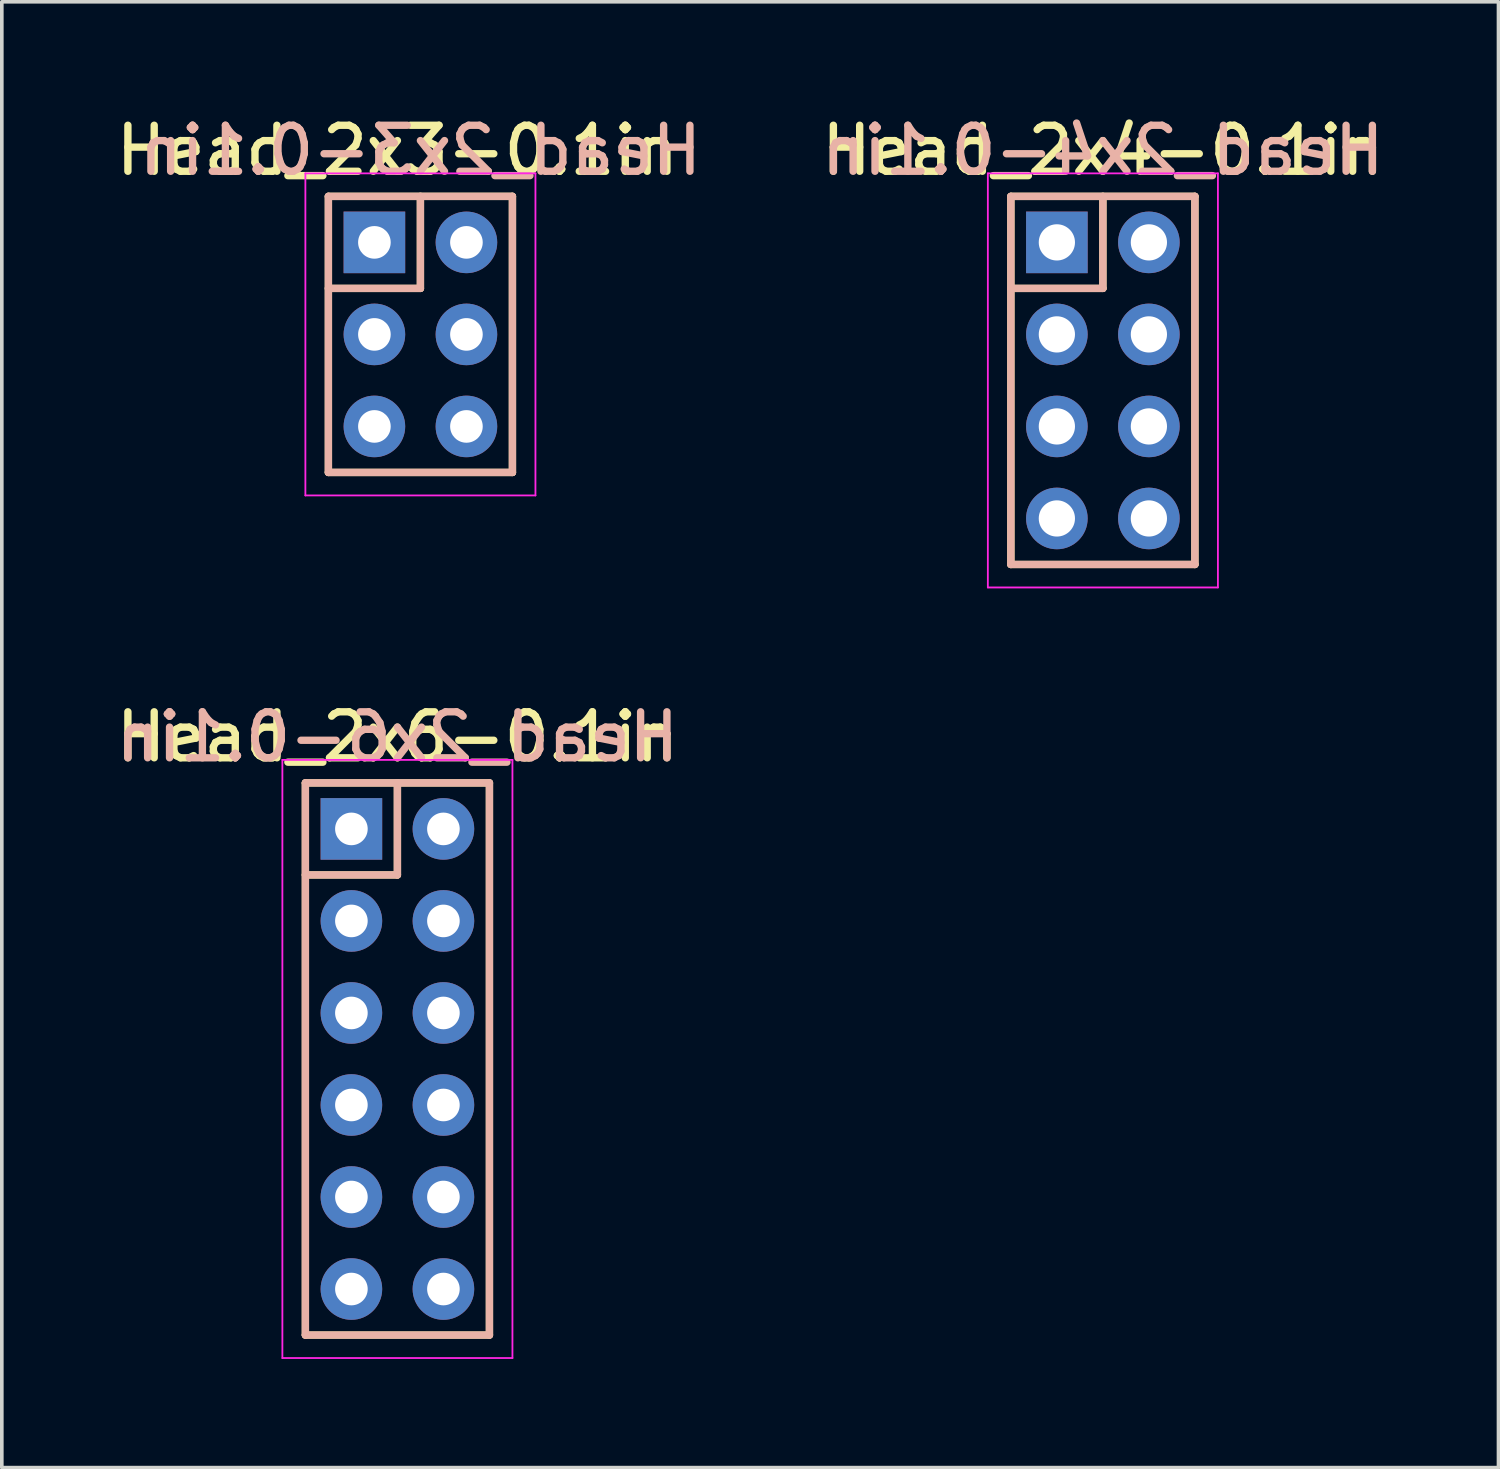
<source format=kicad_pcb>
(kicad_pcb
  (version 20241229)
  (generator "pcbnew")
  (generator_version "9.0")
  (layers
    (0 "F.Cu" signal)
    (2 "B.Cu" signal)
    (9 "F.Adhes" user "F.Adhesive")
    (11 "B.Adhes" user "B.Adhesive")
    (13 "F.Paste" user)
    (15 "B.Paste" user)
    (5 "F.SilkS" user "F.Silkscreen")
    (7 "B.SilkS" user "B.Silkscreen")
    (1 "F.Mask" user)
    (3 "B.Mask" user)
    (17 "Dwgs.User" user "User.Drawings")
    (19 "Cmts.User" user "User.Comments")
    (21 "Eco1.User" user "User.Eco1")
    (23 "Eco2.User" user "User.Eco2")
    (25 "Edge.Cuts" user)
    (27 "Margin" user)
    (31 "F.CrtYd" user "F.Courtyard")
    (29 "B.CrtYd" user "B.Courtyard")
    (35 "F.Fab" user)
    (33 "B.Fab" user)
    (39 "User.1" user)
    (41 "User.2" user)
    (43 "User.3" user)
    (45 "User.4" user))
  (footprint "Head_2x4-0.1in"
    (layer "F.Cu")
    (at 26.121 3.64)
    (property "Reference" "Head_2x4-0.1in" (at 1.27 -2.54 0) (layer "F.SilkS") (effects (font (size 1.27 1.27) (thickness 0.203))))
    (attr through_hole)
    (fp_line (start -1.27 -1.27) (end 3.81 -1.27) (stroke (width 0.203) (type solid)) (layer "F.SilkS"))
    (fp_line (start -1.27 8.89) (end -1.27 -1.27) (stroke (width 0.203) (type solid)) (layer "F.SilkS"))
    (fp_line (start 1.27 -1.27) (end 1.27 1.27) (stroke (width 0.203) (type solid)) (layer "F.SilkS"))
    (fp_line (start 1.27 1.27) (end -1.27 1.27) (stroke (width 0.203) (type solid)) (layer "F.SilkS"))
    (fp_line (start 3.81 -1.27) (end 3.81 8.89) (stroke (width 0.203) (type solid)) (layer "F.SilkS"))
    (fp_line (start 3.81 8.89) (end -1.27 8.89) (stroke (width 0.203) (type solid)) (layer "F.SilkS"))
    (fp_line (start -1.27 -1.27) (end 3.81 -1.27) (stroke (width 0.203) (type solid)) (layer "B.SilkS"))
    (fp_line (start -1.27 8.89) (end -1.27 -1.27) (stroke (width 0.203) (type solid)) (layer "B.SilkS"))
    (fp_line (start 1.27 -1.27) (end 1.27 1.27) (stroke (width 0.203) (type solid)) (layer "B.SilkS"))
    (fp_line (start 1.27 1.27) (end -1.27 1.27) (stroke (width 0.203) (type solid)) (layer "B.SilkS"))
    (fp_line (start 3.81 -1.27) (end 3.81 8.89) (stroke (width 0.203) (type solid)) (layer "B.SilkS"))
    (fp_line (start 3.81 8.89) (end -1.27 8.89) (stroke (width 0.203) (type solid)) (layer "B.SilkS"))
    (fp_line (start -1.905 -1.905) (end -1.905 9.525) (stroke (width 0.05) (type solid)) (layer "F.CrtYd"))
    (fp_line (start 4.445 -1.905) (end -1.905 -1.905) (stroke (width 0.05) (type solid)) (layer "F.CrtYd"))
    (fp_line (start 4.445 9.525) (end -1.905 9.525) (stroke (width 0.05) (type solid)) (layer "F.CrtYd"))
    (fp_line (start 4.445 9.525) (end 4.445 -1.905) (stroke (width 0.05) (type solid)) (layer "F.CrtYd"))
    (fp_text user "${Reference}" (at 1.27 -2.54 0) (unlocked yes) (layer "B.SilkS") (effects (font (size 1.27 1.27) (thickness 0.203)) (justify mirror)))
    (pad "1" thru_hole rect (at 0 0) (size 1.7 1.7) (drill 1) (layers "*.Cu" "*.Mask"))
    (pad "2" thru_hole oval (at 2.54 0) (size 1.7 1.7) (drill 1) (layers "*.Cu" "*.Mask"))
    (pad "3" thru_hole oval (at 0 2.54) (size 1.7 1.7) (drill 1) (layers "*.Cu" "*.Mask"))
    (pad "4" thru_hole oval (at 2.54 2.54) (size 1.7 1.7) (drill 1) (layers "*.Cu" "*.Mask"))
    (pad "5" thru_hole oval (at 0 5.08) (size 1.7 1.7) (drill 1) (layers "*.Cu" "*.Mask"))
    (pad "6" thru_hole oval (at 2.54 5.08) (size 1.7 1.7) (drill 1) (layers "*.Cu" "*.Mask"))
    (pad "7" thru_hole oval (at 0 7.62) (size 1.7 1.7) (drill 1) (layers "*.Cu" "*.Mask"))
    (pad "8" thru_hole oval (at 2.54 7.62) (size 1.7 1.7) (drill 1) (layers "*.Cu" "*.Mask")))
  (footprint "Head_2x3-0.1in"
    (layer "F.Cu")
    (at 7.284 3.64)
    (property "Reference" "Head_2x3-0.1in" (at 0.635 -2.54 0) (layer "F.SilkS") (effects (font (size 1.27 1.27) (thickness 0.203))))
    (attr through_hole)
    (fp_line (start -1.27 -1.27) (end 3.81 -1.27) (stroke (width 0.203) (type solid)) (layer "F.SilkS"))
    (fp_line (start -1.27 6.35) (end -1.27 -1.27) (stroke (width 0.203) (type solid)) (layer "F.SilkS"))
    (fp_line (start 1.27 -1.27) (end 1.27 1.27) (stroke (width 0.203) (type solid)) (layer "F.SilkS"))
    (fp_line (start 1.27 1.27) (end -1.27 1.27) (stroke (width 0.203) (type solid)) (layer "F.SilkS"))
    (fp_line (start 3.81 -1.27) (end 3.81 6.35) (stroke (width 0.203) (type solid)) (layer "F.SilkS"))
    (fp_line (start 3.81 6.35) (end -1.27 6.35) (stroke (width 0.203) (type solid)) (layer "F.SilkS"))
    (fp_line (start -1.27 -1.27) (end 3.81 -1.27) (stroke (width 0.203) (type solid)) (layer "B.SilkS"))
    (fp_line (start -1.27 6.35) (end -1.27 -1.27) (stroke (width 0.203) (type solid)) (layer "B.SilkS"))
    (fp_line (start 1.27 -1.27) (end 1.27 1.27) (stroke (width 0.203) (type solid)) (layer "B.SilkS"))
    (fp_line (start 1.27 1.27) (end -1.27 1.27) (stroke (width 0.203) (type solid)) (layer "B.SilkS"))
    (fp_line (start 3.81 -1.27) (end 3.81 6.35) (stroke (width 0.203) (type solid)) (layer "B.SilkS"))
    (fp_line (start 3.81 6.35) (end -1.27 6.35) (stroke (width 0.203) (type solid)) (layer "B.SilkS"))
    (fp_line (start -1.905 -1.905) (end -1.905 6.985) (stroke (width 0.05) (type solid)) (layer "F.CrtYd"))
    (fp_line (start 4.445 -1.905) (end -1.905 -1.905) (stroke (width 0.05) (type solid)) (layer "F.CrtYd"))
    (fp_line (start 4.445 6.985) (end -1.905 6.985) (stroke (width 0.05) (type solid)) (layer "F.CrtYd"))
    (fp_line (start 4.445 6.985) (end 4.445 -1.905) (stroke (width 0.05) (type solid)) (layer "F.CrtYd"))
    (fp_text user "${Reference}" (at 1.27 -2.54 0) (unlocked yes) (layer "B.SilkS") (effects (font (size 1.27 1.27) (thickness 0.203)) (justify mirror)))
    (pad "1" thru_hole rect (at 0 0) (size 1.7 1.7) (drill 0.9) (layers "*.Cu" "*.Mask"))
    (pad "2" thru_hole oval (at 2.54 0) (size 1.7 1.7) (drill 0.9) (layers "*.Cu" "*.Mask"))
    (pad "3" thru_hole oval (at 0 2.54) (size 1.7 1.7) (drill 0.9) (layers "*.Cu" "*.Mask"))
    (pad "4" thru_hole oval (at 2.54 2.54) (size 1.7 1.7) (drill 0.9) (layers "*.Cu" "*.Mask"))
    (pad "5" thru_hole oval (at 0 5.08) (size 1.7 1.7) (drill 0.9) (layers "*.Cu" "*.Mask"))
    (pad "6" thru_hole oval (at 2.54 5.08) (size 1.7 1.7) (drill 0.9) (layers "*.Cu" "*.Mask")))
  (footprint "Head_2x6-0.1in"
    (layer "F.Cu")
    (at 6.649 19.829)
    (property "Reference" "Head_2x6-0.1in" (at 1.27 -2.54 0) (layer "F.SilkS") (effects (font (size 1.27 1.27) (thickness 0.203))))
    (attr through_hole)
    (fp_line (start -1.27 -1.27) (end 3.81 -1.27) (stroke (width 0.203) (type solid)) (layer "F.SilkS"))
    (fp_line (start -1.27 13.97) (end -1.27 -1.27) (stroke (width 0.203) (type solid)) (layer "F.SilkS"))
    (fp_line (start 1.27 -1.27) (end 1.27 1.27) (stroke (width 0.203) (type solid)) (layer "F.SilkS"))
    (fp_line (start 1.27 1.27) (end -1.27 1.27) (stroke (width 0.203) (type solid)) (layer "F.SilkS"))
    (fp_line (start 3.81 -1.27) (end 3.81 13.97) (stroke (width 0.203) (type solid)) (layer "F.SilkS"))
    (fp_line (start 3.81 13.97) (end -1.27 13.97) (stroke (width 0.203) (type solid)) (layer "F.SilkS"))
    (fp_line (start -1.27 -1.27) (end 3.81 -1.27) (stroke (width 0.203) (type solid)) (layer "B.SilkS"))
    (fp_line (start -1.27 13.97) (end -1.27 -1.27) (stroke (width 0.203) (type solid)) (layer "B.SilkS"))
    (fp_line (start 1.27 -1.27) (end 1.27 1.27) (stroke (width 0.203) (type solid)) (layer "B.SilkS"))
    (fp_line (start 1.27 1.27) (end -1.27 1.27) (stroke (width 0.203) (type solid)) (layer "B.SilkS"))
    (fp_line (start 3.81 -1.27) (end 3.81 13.97) (stroke (width 0.203) (type solid)) (layer "B.SilkS"))
    (fp_line (start 3.81 13.97) (end -1.27 13.97) (stroke (width 0.203) (type solid)) (layer "B.SilkS"))
    (fp_line (start -1.905 -1.905) (end -1.905 14.605) (stroke (width 0.05) (type solid)) (layer "F.CrtYd"))
    (fp_line (start 4.445 -1.905) (end -1.905 -1.905) (stroke (width 0.05) (type solid)) (layer "F.CrtYd"))
    (fp_line (start 4.445 14.605) (end -1.905 14.605) (stroke (width 0.05) (type solid)) (layer "F.CrtYd"))
    (fp_line (start 4.445 14.605) (end 4.445 -1.905) (stroke (width 0.05) (type solid)) (layer "F.CrtYd"))
    (fp_text user "${Reference}" (at 1.27 -2.54 0) (unlocked yes) (layer "B.SilkS") (effects (font (size 1.27 1.27) (thickness 0.203)) (justify mirror)))
    (pad "1" thru_hole rect (at 0 0) (size 1.7 1.7) (drill 0.9) (layers "*.Cu" "*.Mask"))
    (pad "2" thru_hole oval (at 2.54 0) (size 1.7 1.7) (drill 0.9) (layers "*.Cu" "*.Mask"))
    (pad "3" thru_hole oval (at 0 2.54) (size 1.7 1.7) (drill 0.9) (layers "*.Cu" "*.Mask"))
    (pad "4" thru_hole oval (at 2.54 2.54) (size 1.7 1.7) (drill 0.9) (layers "*.Cu" "*.Mask"))
    (pad "5" thru_hole oval (at 0 5.08) (size 1.7 1.7) (drill 0.9) (layers "*.Cu" "*.Mask"))
    (pad "6" thru_hole oval (at 2.54 5.08) (size 1.7 1.7) (drill 0.9) (layers "*.Cu" "*.Mask"))
    (pad "7" thru_hole oval (at 0 7.62) (size 1.7 1.7) (drill 0.9) (layers "*.Cu" "*.Mask"))
    (pad "8" thru_hole oval (at 2.54 7.62) (size 1.7 1.7) (drill 0.9) (layers "*.Cu" "*.Mask"))
    (pad "9" thru_hole oval (at 0 10.16) (size 1.7 1.7) (drill 0.9) (layers "*.Cu" "*.Mask"))
    (pad "10" thru_hole oval (at 2.54 10.16) (size 1.7 1.7) (drill 0.9) (layers "*.Cu" "*.Mask"))
    (pad "11" thru_hole oval (at 0 12.7) (size 1.7 1.7) (drill 0.9) (layers "*.Cu" "*.Mask"))
    (pad "12" thru_hole oval (at 2.54 12.7) (size 1.7 1.7) (drill 0.9) (layers "*.Cu" "*.Mask")))
  (gr_rect
    (start -3 -3)
    (end 38.31 37.459)
    (stroke (width 0.1) (type default))
    (fill no)
    (layer "Edge.Cuts")))
</source>
